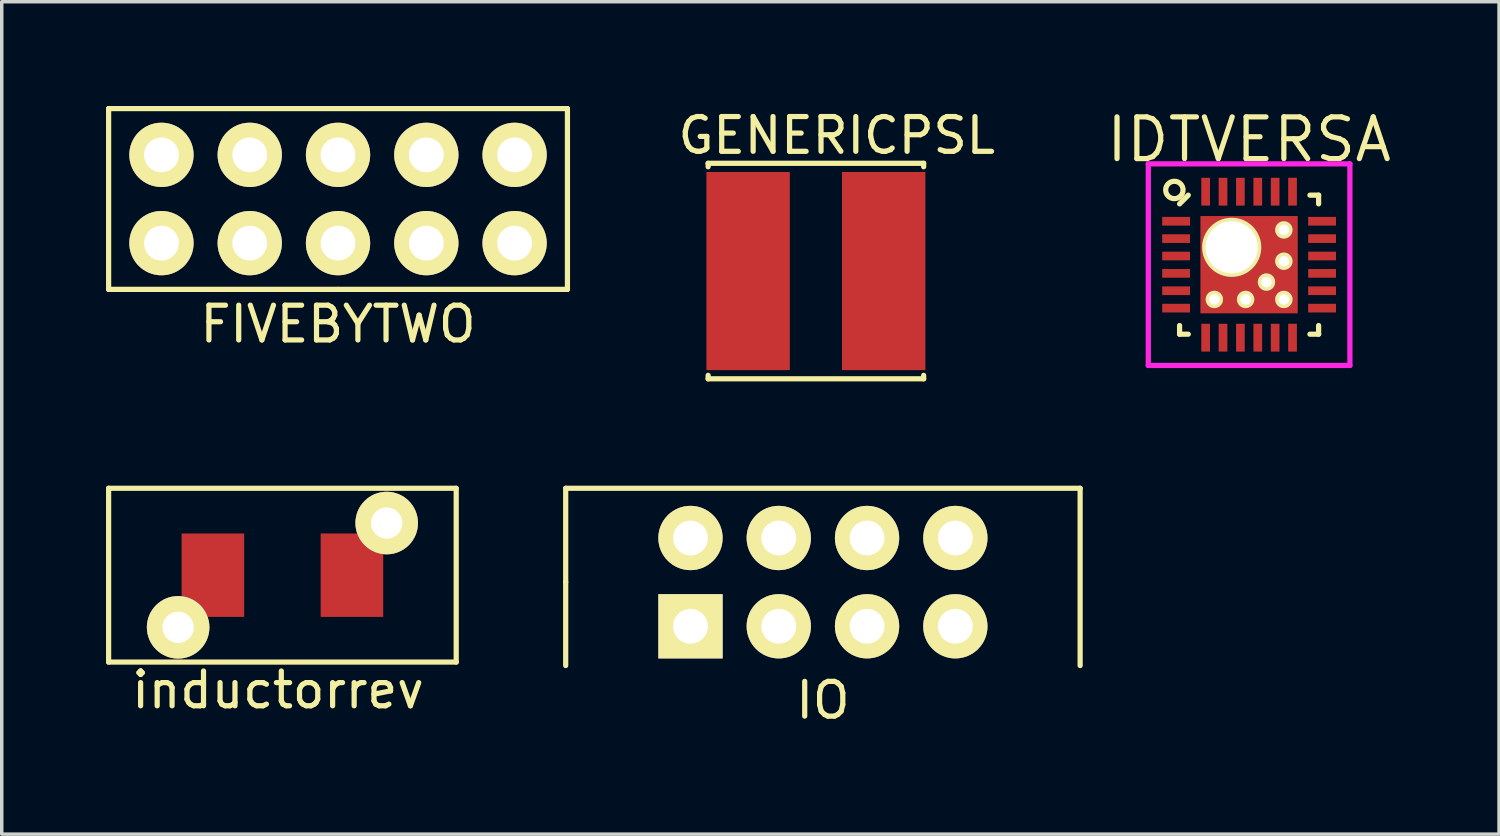
<source format=kicad_pcb>
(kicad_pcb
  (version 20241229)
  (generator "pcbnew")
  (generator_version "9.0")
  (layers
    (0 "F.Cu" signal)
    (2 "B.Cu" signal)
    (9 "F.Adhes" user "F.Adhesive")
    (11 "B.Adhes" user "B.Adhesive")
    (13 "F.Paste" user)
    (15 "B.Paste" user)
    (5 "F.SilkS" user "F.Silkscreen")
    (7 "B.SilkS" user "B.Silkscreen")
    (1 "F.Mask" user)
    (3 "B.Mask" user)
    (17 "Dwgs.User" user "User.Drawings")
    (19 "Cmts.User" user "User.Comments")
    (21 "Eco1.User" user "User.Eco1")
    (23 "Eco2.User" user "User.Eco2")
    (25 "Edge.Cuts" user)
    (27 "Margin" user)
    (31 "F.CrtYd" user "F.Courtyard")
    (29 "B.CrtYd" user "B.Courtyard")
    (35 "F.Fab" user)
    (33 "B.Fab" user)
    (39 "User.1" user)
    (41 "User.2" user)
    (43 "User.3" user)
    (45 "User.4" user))
  (footprint "FIVEBYTWO"
    (layer "F.Cu")
    (at 6.675 2.675)
    (property "Reference" "FIVEBYTWO" (at 0 3.6 0) (layer "F.SilkS") (effects (font (size 1 1) (thickness 0.15))))
    (attr through_hole)
    (fp_line (start -6.6 -2.6) (end 6.6 -2.6) (stroke (width 0.15) (type solid)) (layer "F.SilkS"))
    (fp_line (start -6.6 2.6) (end -6.6 -2.6) (stroke (width 0.15) (type solid)) (layer "F.SilkS"))
    (fp_line (start 0 2.6) (end -6.6 2.6) (stroke (width 0.15) (type solid)) (layer "F.SilkS"))
    (fp_line (start 6.6 -2.6) (end 6.6 2.6) (stroke (width 0.15) (type solid)) (layer "F.SilkS"))
    (fp_line (start 6.6 2.6) (end 0 2.6) (stroke (width 0.15) (type solid)) (layer "F.SilkS"))
    (pad "1" thru_hole circle (at -5.08 1.27) (size 1.85 1.85) (drill 1) (layers "*.Cu" "*.Mask" "F.SilkS"))
    (pad "2" thru_hole circle (at -5.08 -1.27) (size 1.85 1.85) (drill 1) (layers "*.Cu" "*.Mask" "F.SilkS"))
    (pad "3" thru_hole circle (at -2.54 1.27) (size 1.85 1.85) (drill 1) (layers "*.Cu" "*.Mask" "F.SilkS"))
    (pad "4" thru_hole circle (at -2.54 -1.27) (size 1.85 1.85) (drill 1) (layers "*.Cu" "*.Mask" "F.SilkS"))
    (pad "5" thru_hole circle (at 0 1.27) (size 1.85 1.85) (drill 1) (layers "*.Cu" "*.Mask" "F.SilkS"))
    (pad "6" thru_hole circle (at 0 -1.27) (size 1.85 1.85) (drill 1) (layers "*.Cu" "*.Mask" "F.SilkS"))
    (pad "7" thru_hole circle (at 2.54 1.27) (size 1.85 1.85) (drill 1) (layers "*.Cu" "*.Mask" "F.SilkS"))
    (pad "8" thru_hole circle (at 2.54 -1.27) (size 1.85 1.85) (drill 1) (layers "*.Cu" "*.Mask" "F.SilkS"))
    (pad "9" thru_hole circle (at 5.08 1.27) (size 1.85 1.85) (drill 1) (layers "*.Cu" "*.Mask" "F.SilkS"))
    (pad "10" thru_hole circle (at 5.08 -1.27) (size 1.85 1.85) (drill 1) (layers "*.Cu" "*.Mask" "F.SilkS")))
  (footprint "inductorrev"
    (layer "F.Cu")
    (at 5.075 13.498)
    (property "Reference" "inductorrev" (at -0.127 3.302 0) (layer "F.SilkS") (effects (font (size 1 1) (thickness 0.15))))
    (attr through_hole)
    (fp_line (start -5 -2.5) (end 5 -2.5) (stroke (width 0.15) (type solid)) (layer "F.SilkS"))
    (fp_line (start -5 2.5) (end -5 -2.5) (stroke (width 0.15) (type solid)) (layer "F.SilkS"))
    (fp_line (start 5 -2.5) (end 5 2.5) (stroke (width 0.15) (type solid)) (layer "F.SilkS"))
    (fp_line (start 5 2.5) (end -5 2.5) (stroke (width 0.15) (type solid)) (layer "F.SilkS"))
    (pad "1" thru_hole circle (at -3 1.5) (size 1.8 1.8) (drill 0.9) (layers "*.Cu" "*.Mask" "F.SilkS"))
    (pad "1" smd rect (at -2 0) (size 1.8 2.4) (layers "F.Cu" "F.Mask" "F.Paste"))
    (pad "2" smd rect (at 2 0) (size 1.8 2.4) (layers "F.Cu" "F.Mask" "F.Paste"))
    (pad "2" thru_hole circle (at 3 -1.5) (size 1.8 1.8) (drill 0.9) (layers "*.Cu" "*.Mask" "F.SilkS")))
  (footprint "IDTVERSA"
    (layer "F.Cu")
    (at 32.886 4.565)
    (property "Reference" "IDTVERSA" (at 0 -3.6 0) (layer "F.SilkS") (effects (font (size 1.2 1.2) (thickness 0.15))))
    (attr through_hole)
    (fp_line (start -2 -1.75) (end -1.75 -2) (stroke (width 0.15) (type solid)) (layer "F.SilkS"))
    (fp_line (start -2 2) (end -2 1.75) (stroke (width 0.15) (type solid)) (layer "F.SilkS"))
    (fp_line (start -1.75 2) (end -2 2) (stroke (width 0.15) (type solid)) (layer "F.SilkS"))
    (fp_line (start 1.75 -2) (end 2 -2) (stroke (width 0.15) (type solid)) (layer "F.SilkS"))
    (fp_line (start 1.75 2) (end 2 2) (stroke (width 0.15) (type solid)) (layer "F.SilkS"))
    (fp_line (start 2 -2) (end 2 -1.75) (stroke (width 0.15) (type solid)) (layer "F.SilkS"))
    (fp_line (start 2 2) (end 2 1.75) (stroke (width 0.15) (type solid)) (layer "F.SilkS"))
    (fp_circle (center -2.15 -2.15) (end -2.15 -1.9) (stroke (width 0.15) (type solid)) (fill no) (layer "F.SilkS"))
    (fp_line (start -2.9 -2.9) (end 2.9 -2.9) (stroke (width 0.15) (type solid)) (layer "F.CrtYd"))
    (fp_line (start -2.9 2.9) (end -2.9 -2.9) (stroke (width 0.15) (type solid)) (layer "F.CrtYd"))
    (fp_line (start 2.9 -2.9) (end 2.9 2.9) (stroke (width 0.15) (type solid)) (layer "F.CrtYd"))
    (fp_line (start 2.9 2.9) (end -2.9 2.9) (stroke (width 0.15) (type solid)) (layer "F.CrtYd"))
    (pad "1" smd rect (at -2.1 -1.25 90) (size 0.25 0.8) (layers "F.Cu" "F.Mask" "F.Paste"))
    (pad "2" smd rect (at -2.1 -0.75 90) (size 0.25 0.8) (layers "F.Cu" "F.Mask" "F.Paste"))
    (pad "3" smd rect (at -2.1 -0.25 90) (size 0.25 0.8) (layers "F.Cu" "F.Mask" "F.Paste"))
    (pad "4" smd rect (at -2.1 0.25 90) (size 0.25 0.8) (layers "F.Cu" "F.Mask" "F.Paste"))
    (pad "5" smd rect (at -2.1 0.75 90) (size 0.25 0.8) (layers "F.Cu" "F.Mask" "F.Paste"))
    (pad "6" smd rect (at -2.1 1.25 90) (size 0.25 0.8) (layers "F.Cu" "F.Mask" "F.Paste"))
    (pad "7" smd rect (at -1.25 2.1) (size 0.25 0.8) (layers "F.Cu" "F.Mask" "F.Paste"))
    (pad "8" smd rect (at -0.75 2.1) (size 0.25 0.8) (layers "F.Cu" "F.Mask" "F.Paste"))
    (pad "9" smd rect (at -0.25 2.1) (size 0.25 0.8) (layers "F.Cu" "F.Mask" "F.Paste"))
    (pad "10" smd rect (at 0.25 2.1) (size 0.25 0.8) (layers "F.Cu" "F.Mask" "F.Paste"))
    (pad "11" smd rect (at 0.75 2.1) (size 0.25 0.8) (layers "F.Cu" "F.Mask" "F.Paste"))
    (pad "12" smd rect (at 1.25 2.1) (size 0.25 0.8) (layers "F.Cu" "F.Mask" "F.Paste"))
    (pad "13" smd rect (at 2.1 1.25 90) (size 0.25 0.8) (layers "F.Cu" "F.Mask" "F.Paste"))
    (pad "14" smd rect (at 2.1 0.75 90) (size 0.25 0.8) (layers "F.Cu" "F.Mask" "F.Paste"))
    (pad "15" smd rect (at 2.1 0.25 90) (size 0.25 0.8) (layers "F.Cu" "F.Mask" "F.Paste"))
    (pad "16" smd rect (at 2.1 -0.25 90) (size 0.25 0.8) (layers "F.Cu" "F.Mask" "F.Paste"))
    (pad "17" smd rect (at 2.1 -0.75 90) (size 0.25 0.8) (layers "F.Cu" "F.Mask" "F.Paste"))
    (pad "18" smd rect (at 2.1 -1.25 90) (size 0.25 0.8) (layers "F.Cu" "F.Mask" "F.Paste"))
    (pad "19" smd rect (at 1.25 -2.1) (size 0.25 0.8) (layers "F.Cu" "F.Mask" "F.Paste"))
    (pad "20" smd rect (at 0.75 -2.1) (size 0.25 0.8) (layers "F.Cu" "F.Mask" "F.Paste"))
    (pad "21" smd rect (at 0.25 -2.1) (size 0.25 0.8) (layers "F.Cu" "F.Mask" "F.Paste"))
    (pad "22" smd rect (at -0.25 -2.1) (size 0.25 0.8) (layers "F.Cu" "F.Mask" "F.Paste"))
    (pad "23" smd rect (at -0.75 -2.1) (size 0.25 0.8) (layers "F.Cu" "F.Mask" "F.Paste"))
    (pad "24" smd rect (at -1.25 -2.1) (size 0.25 0.8) (layers "F.Cu" "F.Mask" "F.Paste"))
    (pad "25" thru_hole circle (at -1 1) (size 0.5 0.5) (drill 0.3) (layers "*.Cu" "*.Mask" "F.SilkS"))
    (pad "25" smd rect (at -0.7 -0.7) (size 1 1) (layers "F.Cu" "F.Mask" "F.Paste"))
    (pad "25" smd rect (at -0.7 0.7) (size 1 1) (layers "F.Cu" "F.Mask" "F.Paste"))
    (pad "25" thru_hole circle (at -0.5 -0.5) (size 1.7 1.7) (drill 1.5) (layers "*.Cu" "*.Mask" "F.SilkS"))
    (pad "25" thru_hole circle (at -0.1 1) (size 0.5 0.5) (drill 0.3) (layers "*.Cu" "*.Mask" "F.SilkS"))
    (pad "25" smd rect (at 0 0) (size 2.8 2.8) (layers "F.Cu" "F.Mask"))
    (pad "25" thru_hole circle (at 0.5 0.5) (size 0.5 0.5) (drill 0.3) (layers "*.Cu" "*.Mask" "F.SilkS"))
    (pad "25" smd rect (at 0.7 -0.7) (size 1 1) (layers "F.Cu" "F.Mask" "F.Paste"))
    (pad "25" smd rect (at 0.7 0.7) (size 1 1) (layers "F.Cu" "F.Mask" "F.Paste"))
    (pad "25" thru_hole circle (at 1 -1) (size 0.5 0.5) (drill 0.3) (layers "*.Cu" "*.Mask" "F.SilkS"))
    (pad "25" thru_hole circle (at 1 -0.1) (size 0.5 0.5) (drill 0.3) (layers "*.Cu" "*.Mask" "F.SilkS"))
    (pad "25" thru_hole circle (at 1 1) (size 0.5 0.5) (drill 0.3) (layers "*.Cu" "*.Mask" "F.SilkS")))
  (footprint "GENERICPSL"
    (layer "F.Cu")
    (at 20.423 4.748)
    (property "Reference" "GENERICPSL" (at 0.6 -3.9 0) (layer "F.SilkS") (effects (font (size 1 1) (thickness 0.15))))
    (attr through_hole)
    (fp_line (start -3.1 -3.1) (end 3.1 -3.1) (stroke (width 0.15) (type solid)) (layer "F.SilkS"))
    (fp_line (start -3.1 -3) (end -3.1 -3.1) (stroke (width 0.15) (type solid)) (layer "F.SilkS"))
    (fp_line (start -3.1 3) (end -3.1 3.1) (stroke (width 0.15) (type solid)) (layer "F.SilkS"))
    (fp_line (start -3.1 3.1) (end 3.1 3.1) (stroke (width 0.15) (type solid)) (layer "F.SilkS"))
    (fp_line (start 3.1 -3.1) (end 3.1 -3) (stroke (width 0.15) (type solid)) (layer "F.SilkS"))
    (fp_line (start 3.1 3.1) (end 3.1 3) (stroke (width 0.15) (type solid)) (layer "F.SilkS"))
    (pad "1" smd rect (at -1.95 0) (size 2.4 5.7) (layers "F.Cu" "F.Mask" "F.Paste"))
    (pad "2" smd rect (at 1.95 0) (size 2.4 5.7) (layers "F.Cu" "F.Mask" "F.Paste")))
  (footprint "IO"
    (layer "F.Cu")
    (at 20.625 13.698)
    (property "Reference" "IO" (at 0 3.4 0) (layer "F.SilkS") (effects (font (size 1 1) (thickness 0.15))))
    (attr through_hole)
    (fp_line (start -7.4 -2.7) (end 7.4 -2.7) (stroke (width 0.15) (type solid)) (layer "F.SilkS"))
    (fp_line (start -7.4 0) (end -7.4 -2.7) (stroke (width 0.15) (type solid)) (layer "F.SilkS"))
    (fp_line (start -7.4 0) (end -7.4 2.4) (stroke (width 0.15) (type solid)) (layer "F.SilkS"))
    (fp_line (start 7.4 -2.7) (end 7.4 2.4) (stroke (width 0.15) (type solid)) (layer "F.SilkS"))
    (pad "1" thru_hole rect (at -3.81 1.27) (size 1.85 1.85) (drill 1) (layers "*.Cu" "*.Mask" "F.SilkS"))
    (pad "2" thru_hole circle (at -3.81 -1.27) (size 1.85 1.85) (drill 1) (layers "*.Cu" "*.Mask" "F.SilkS"))
    (pad "3" thru_hole circle (at -1.27 1.27) (size 1.85 1.85) (drill 1) (layers "*.Cu" "*.Mask" "F.SilkS"))
    (pad "4" thru_hole circle (at -1.27 -1.27) (size 1.85 1.85) (drill 1) (layers "*.Cu" "*.Mask" "F.SilkS"))
    (pad "5" thru_hole circle (at 1.27 1.27) (size 1.85 1.85) (drill 1) (layers "*.Cu" "*.Mask" "F.SilkS"))
    (pad "6" thru_hole circle (at 1.27 -1.27) (size 1.85 1.85) (drill 1) (layers "*.Cu" "*.Mask" "F.SilkS"))
    (pad "7" thru_hole circle (at 3.81 1.27) (size 1.85 1.85) (drill 1) (layers "*.Cu" "*.Mask" "F.SilkS"))
    (pad "8" thru_hole circle (at 3.81 -1.27) (size 1.85 1.85) (drill 1) (layers "*.Cu" "*.Mask" "F.SilkS")))
  (gr_rect
    (start -3 -3)
    (end 40.077 20.947)
    (stroke (width 0.1) (type default))
    (fill no)
    (layer "Edge.Cuts")))
</source>
